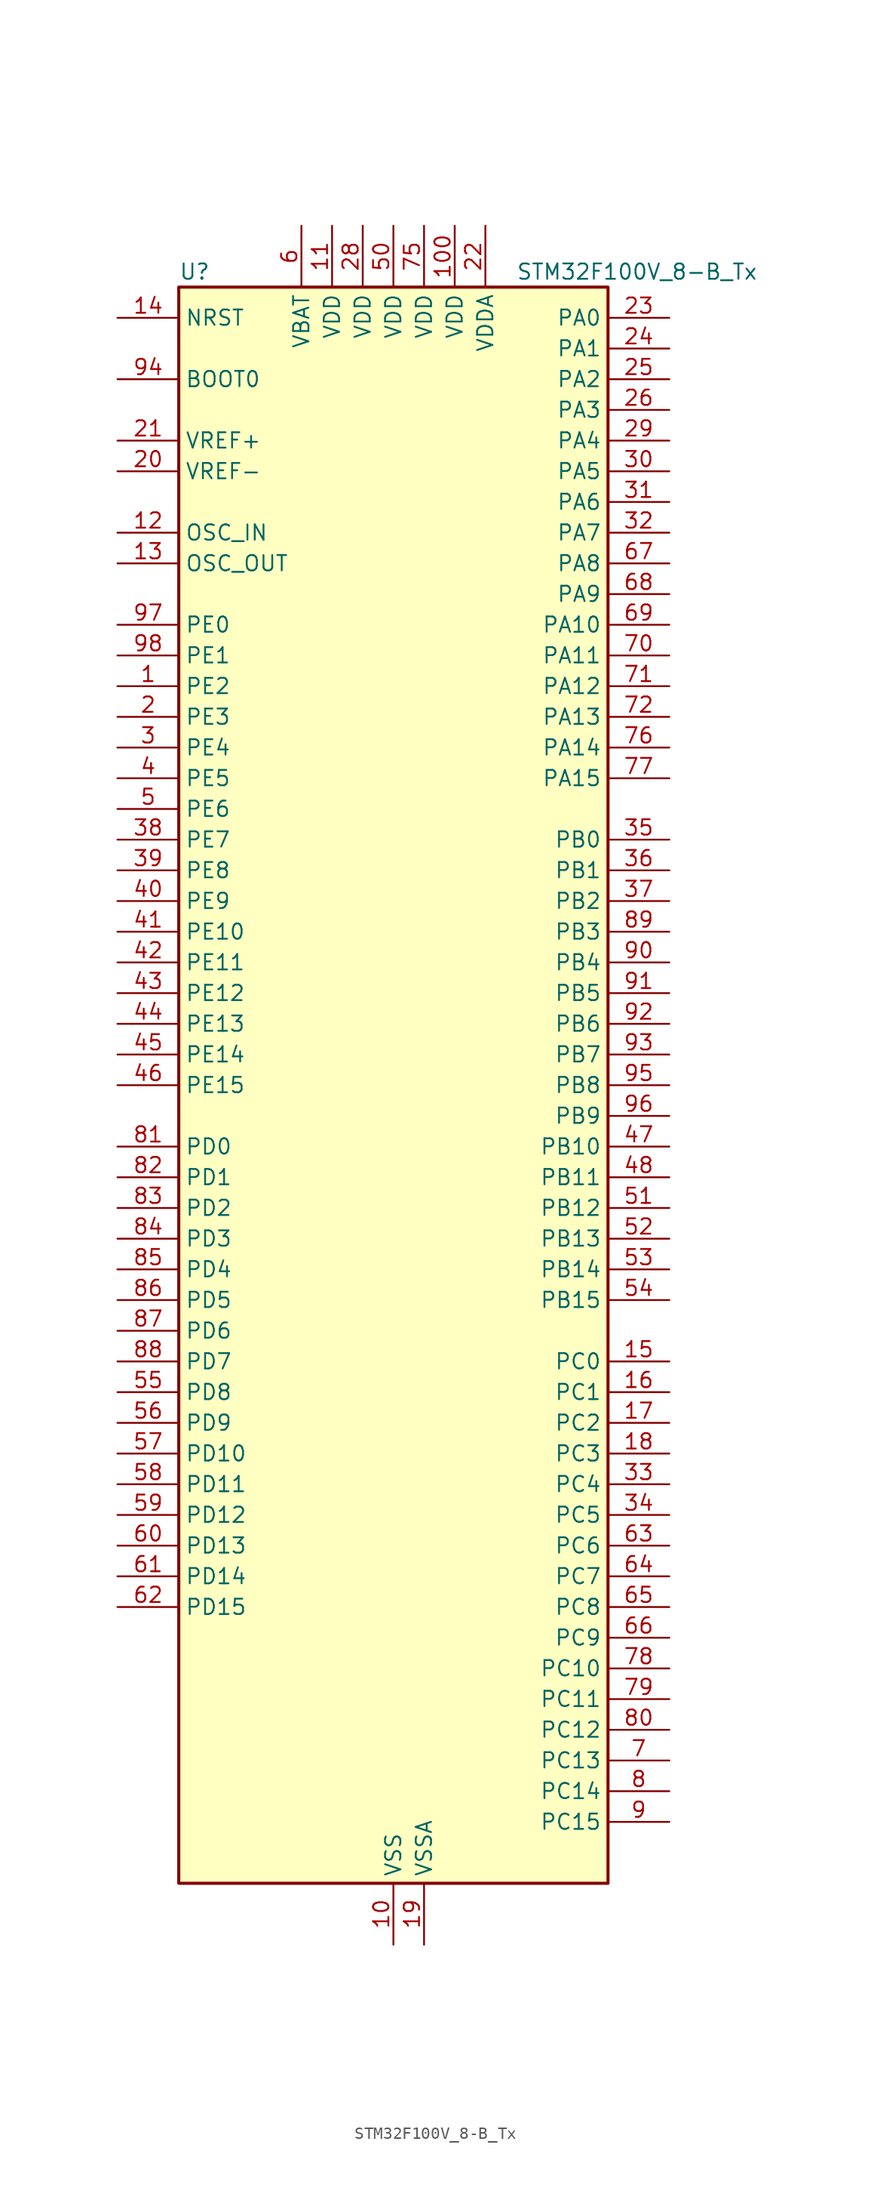
<source format=kicad_sym>
(kicad_symbol_lib
  (version 20220914)
  (generator kicad_symbol_editor)
  (symbol "STM32F100V_8-B_Tx"
    (property "Reference" "U"
      (at -17.78 67.31 0)
      (effects (font (size 1.27 1.27)) (justify left)))
    (property "Value" "STM32F100V_8-B_Tx"
      (at 10.16 67.31 0)
      (effects (font (size 1.27 1.27)) (justify left)))
    (property "ki_locked" ""
      (at 0 0 0)
      (effects (font (size 1.27 1.27))))
    (symbol "STM32F100V_8-B_Tx_0_1"
      (rectangle (start -17.78 -66.04) (end 17.78 66.04) (stroke (width 0.254) (type default)) (fill (type background))))
    (symbol "STM32F100V_8-B_Tx_1_1"
      (pin bidirectional line (at -22.86 33.02 0) (length 5.08) (name "PE2" (effects (font (size 1.27 1.27)))) (number "1" (effects (font (size 1.27 1.27)))) (alternate "SYS_TRACECLK" bidirectional line))
      (pin power_in line (at 0 -71.12 90) (length 5.08) (name "VSS" (effects (font (size 1.27 1.27)))) (number "10" (effects (font (size 1.27 1.27)))))
      (pin power_in line (at 5.08 71.12 270) (length 5.08) (name "VDD" (effects (font (size 1.27 1.27)))) (number "100" (effects (font (size 1.27 1.27)))))
      (pin power_in line (at -5.08 71.12 270) (length 5.08) (name "VDD" (effects (font (size 1.27 1.27)))) (number "11" (effects (font (size 1.27 1.27)))))
      (pin input line (at -22.86 45.72 0) (length 5.08) (name "OSC_IN" (effects (font (size 1.27 1.27)))) (number "12" (effects (font (size 1.27 1.27)))) (alternate "RCC_OSC_IN" bidirectional line))
      (pin input line (at -22.86 43.18 0) (length 5.08) (name "OSC_OUT" (effects (font (size 1.27 1.27)))) (number "13" (effects (font (size 1.27 1.27)))) (alternate "RCC_OSC_OUT" bidirectional line))
      (pin input line (at -22.86 63.5 0) (length 5.08) (name "NRST" (effects (font (size 1.27 1.27)))) (number "14" (effects (font (size 1.27 1.27)))))
      (pin bidirectional line (at 22.86 -22.86 180) (length 5.08) (name "PC0" (effects (font (size 1.27 1.27)))) (number "15" (effects (font (size 1.27 1.27)))) (alternate "ADC1_IN10" bidirectional line))
      (pin bidirectional line (at 22.86 -25.4 180) (length 5.08) (name "PC1" (effects (font (size 1.27 1.27)))) (number "16" (effects (font (size 1.27 1.27)))) (alternate "ADC1_IN11" bidirectional line))
      (pin bidirectional line (at 22.86 -27.94 180) (length 5.08) (name "PC2" (effects (font (size 1.27 1.27)))) (number "17" (effects (font (size 1.27 1.27)))) (alternate "ADC1_IN12" bidirectional line))
      (pin bidirectional line (at 22.86 -30.48 180) (length 5.08) (name "PC3" (effects (font (size 1.27 1.27)))) (number "18" (effects (font (size 1.27 1.27)))) (alternate "ADC1_IN13" bidirectional line))
      (pin power_in line (at 2.54 -71.12 90) (length 5.08) (name "VSSA" (effects (font (size 1.27 1.27)))) (number "19" (effects (font (size 1.27 1.27)))))
      (pin bidirectional line (at -22.86 30.48 0) (length 5.08) (name "PE3" (effects (font (size 1.27 1.27)))) (number "2" (effects (font (size 1.27 1.27)))) (alternate "SYS_TRACED0" bidirectional line))
      (pin input line (at -22.86 50.8 0) (length 5.08) (name "VREF-" (effects (font (size 1.27 1.27)))) (number "20" (effects (font (size 1.27 1.27)))))
      (pin input line (at -22.86 53.34 0) (length 5.08) (name "VREF+" (effects (font (size 1.27 1.27)))) (number "21" (effects (font (size 1.27 1.27)))))
      (pin power_in line (at 7.62 71.12 270) (length 5.08) (name "VDDA" (effects (font (size 1.27 1.27)))) (number "22" (effects (font (size 1.27 1.27)))))
      (pin bidirectional line (at 22.86 63.5 180) (length 5.08) (name "PA0" (effects (font (size 1.27 1.27)))) (number "23" (effects (font (size 1.27 1.27)))) (alternate "ADC1_IN0" bidirectional line) (alternate "SYS_WKUP" bidirectional line) (alternate "TIM2_CH1" bidirectional line) (alternate "TIM2_ETR" bidirectional line) (alternate "USART2_CTS" bidirectional line))
      (pin bidirectional line (at 22.86 60.96 180) (length 5.08) (name "PA1" (effects (font (size 1.27 1.27)))) (number "24" (effects (font (size 1.27 1.27)))) (alternate "ADC1_IN1" bidirectional line) (alternate "TIM2_CH2" bidirectional line) (alternate "USART2_RTS" bidirectional line))
      (pin bidirectional line (at 22.86 58.42 180) (length 5.08) (name "PA2" (effects (font (size 1.27 1.27)))) (number "25" (effects (font (size 1.27 1.27)))) (alternate "ADC1_IN2" bidirectional line) (alternate "TIM15_CH1" bidirectional line) (alternate "TIM2_CH3" bidirectional line) (alternate "USART2_TX" bidirectional line))
      (pin bidirectional line (at 22.86 55.88 180) (length 5.08) (name "PA3" (effects (font (size 1.27 1.27)))) (number "26" (effects (font (size 1.27 1.27)))) (alternate "ADC1_IN3" bidirectional line) (alternate "TIM15_CH2" bidirectional line) (alternate "TIM2_CH4" bidirectional line) (alternate "USART2_RX" bidirectional line))
      (pin passive line (at 0 -71.12 90) (length 5.08) hide (name "VSS" (effects (font (size 1.27 1.27)))) (number "27" (effects (font (size 1.27 1.27)))))
      (pin power_in line (at -2.54 71.12 270) (length 5.08) (name "VDD" (effects (font (size 1.27 1.27)))) (number "28" (effects (font (size 1.27 1.27)))))
      (pin bidirectional line (at 22.86 53.34 180) (length 5.08) (name "PA4" (effects (font (size 1.27 1.27)))) (number "29" (effects (font (size 1.27 1.27)))) (alternate "ADC1_IN4" bidirectional line) (alternate "DAC_OUT1" bidirectional line) (alternate "SPI1_NSS" bidirectional line) (alternate "USART2_CK" bidirectional line))
      (pin bidirectional line (at -22.86 27.94 0) (length 5.08) (name "PE4" (effects (font (size 1.27 1.27)))) (number "3" (effects (font (size 1.27 1.27)))) (alternate "SYS_TRACED1" bidirectional line))
      (pin bidirectional line (at 22.86 50.8 180) (length 5.08) (name "PA5" (effects (font (size 1.27 1.27)))) (number "30" (effects (font (size 1.27 1.27)))) (alternate "ADC1_IN5" bidirectional line) (alternate "DAC_OUT2" bidirectional line) (alternate "SPI1_SCK" bidirectional line))
      (pin bidirectional line (at 22.86 48.26 180) (length 5.08) (name "PA6" (effects (font (size 1.27 1.27)))) (number "31" (effects (font (size 1.27 1.27)))) (alternate "ADC1_IN6" bidirectional line) (alternate "SPI1_MISO" bidirectional line) (alternate "TIM16_CH1" bidirectional line) (alternate "TIM1_BKIN" bidirectional line) (alternate "TIM3_CH1" bidirectional line))
      (pin bidirectional line (at 22.86 45.72 180) (length 5.08) (name "PA7" (effects (font (size 1.27 1.27)))) (number "32" (effects (font (size 1.27 1.27)))) (alternate "ADC1_IN7" bidirectional line) (alternate "SPI1_MOSI" bidirectional line) (alternate "TIM17_CH1" bidirectional line) (alternate "TIM1_CH1N" bidirectional line) (alternate "TIM3_CH2" bidirectional line))
      (pin bidirectional line (at 22.86 -33.02 180) (length 5.08) (name "PC4" (effects (font (size 1.27 1.27)))) (number "33" (effects (font (size 1.27 1.27)))) (alternate "ADC1_IN14" bidirectional line))
      (pin bidirectional line (at 22.86 -35.56 180) (length 5.08) (name "PC5" (effects (font (size 1.27 1.27)))) (number "34" (effects (font (size 1.27 1.27)))) (alternate "ADC1_IN15" bidirectional line))
      (pin bidirectional line (at 22.86 20.32 180) (length 5.08) (name "PB0" (effects (font (size 1.27 1.27)))) (number "35" (effects (font (size 1.27 1.27)))) (alternate "ADC1_IN8" bidirectional line) (alternate "TIM1_CH2N" bidirectional line) (alternate "TIM3_CH3" bidirectional line))
      (pin bidirectional line (at 22.86 17.78 180) (length 5.08) (name "PB1" (effects (font (size 1.27 1.27)))) (number "36" (effects (font (size 1.27 1.27)))) (alternate "ADC1_IN9" bidirectional line) (alternate "TIM1_CH3N" bidirectional line) (alternate "TIM3_CH4" bidirectional line))
      (pin bidirectional line (at 22.86 15.24 180) (length 5.08) (name "PB2" (effects (font (size 1.27 1.27)))) (number "37" (effects (font (size 1.27 1.27)))))
      (pin bidirectional line (at -22.86 20.32 0) (length 5.08) (name "PE7" (effects (font (size 1.27 1.27)))) (number "38" (effects (font (size 1.27 1.27)))) (alternate "TIM1_ETR" bidirectional line))
      (pin bidirectional line (at -22.86 17.78 0) (length 5.08) (name "PE8" (effects (font (size 1.27 1.27)))) (number "39" (effects (font (size 1.27 1.27)))) (alternate "TIM1_CH1N" bidirectional line))
      (pin bidirectional line (at -22.86 25.4 0) (length 5.08) (name "PE5" (effects (font (size 1.27 1.27)))) (number "4" (effects (font (size 1.27 1.27)))) (alternate "SYS_TRACED2" bidirectional line))
      (pin bidirectional line (at -22.86 15.24 0) (length 5.08) (name "PE9" (effects (font (size 1.27 1.27)))) (number "40" (effects (font (size 1.27 1.27)))) (alternate "DAC_EXTI9" bidirectional line) (alternate "TIM1_CH1" bidirectional line))
      (pin bidirectional line (at -22.86 12.7 0) (length 5.08) (name "PE10" (effects (font (size 1.27 1.27)))) (number "41" (effects (font (size 1.27 1.27)))) (alternate "TIM1_CH2N" bidirectional line))
      (pin bidirectional line (at -22.86 10.16 0) (length 5.08) (name "PE11" (effects (font (size 1.27 1.27)))) (number "42" (effects (font (size 1.27 1.27)))) (alternate "ADC1_EXTI11" bidirectional line) (alternate "TIM1_CH2" bidirectional line))
      (pin bidirectional line (at -22.86 7.62 0) (length 5.08) (name "PE12" (effects (font (size 1.27 1.27)))) (number "43" (effects (font (size 1.27 1.27)))) (alternate "TIM1_CH3N" bidirectional line))
      (pin bidirectional line (at -22.86 5.08 0) (length 5.08) (name "PE13" (effects (font (size 1.27 1.27)))) (number "44" (effects (font (size 1.27 1.27)))) (alternate "TIM1_CH3" bidirectional line))
      (pin bidirectional line (at -22.86 2.54 0) (length 5.08) (name "PE14" (effects (font (size 1.27 1.27)))) (number "45" (effects (font (size 1.27 1.27)))) (alternate "TIM1_CH4" bidirectional line))
      (pin bidirectional line (at -22.86 0 0) (length 5.08) (name "PE15" (effects (font (size 1.27 1.27)))) (number "46" (effects (font (size 1.27 1.27)))) (alternate "ADC1_EXTI15" bidirectional line) (alternate "TIM1_BKIN" bidirectional line))
      (pin bidirectional line (at 22.86 -5.08 180) (length 5.08) (name "PB10" (effects (font (size 1.27 1.27)))) (number "47" (effects (font (size 1.27 1.27)))) (alternate "CEC" bidirectional line) (alternate "I2C2_SCL" bidirectional line) (alternate "TIM2_CH3" bidirectional line) (alternate "USART3_TX" bidirectional line))
      (pin bidirectional line (at 22.86 -7.62 180) (length 5.08) (name "PB11" (effects (font (size 1.27 1.27)))) (number "48" (effects (font (size 1.27 1.27)))) (alternate "ADC1_EXTI11" bidirectional line) (alternate "I2C2_SDA" bidirectional line) (alternate "TIM2_CH4" bidirectional line) (alternate "USART3_RX" bidirectional line))
      (pin passive line (at 0 -71.12 90) (length 5.08) hide (name "VSS" (effects (font (size 1.27 1.27)))) (number "49" (effects (font (size 1.27 1.27)))))
      (pin bidirectional line (at -22.86 22.86 0) (length 5.08) (name "PE6" (effects (font (size 1.27 1.27)))) (number "5" (effects (font (size 1.27 1.27)))) (alternate "SYS_TRACED3" bidirectional line))
      (pin power_in line (at 0 71.12 270) (length 5.08) (name "VDD" (effects (font (size 1.27 1.27)))) (number "50" (effects (font (size 1.27 1.27)))))
      (pin bidirectional line (at 22.86 -10.16 180) (length 5.08) (name "PB12" (effects (font (size 1.27 1.27)))) (number "51" (effects (font (size 1.27 1.27)))) (alternate "I2C2_SMBA" bidirectional line) (alternate "SPI2_NSS" bidirectional line) (alternate "TIM1_BKIN" bidirectional line) (alternate "USART3_CK" bidirectional line))
      (pin bidirectional line (at 22.86 -12.7 180) (length 5.08) (name "PB13" (effects (font (size 1.27 1.27)))) (number "52" (effects (font (size 1.27 1.27)))) (alternate "SPI2_SCK" bidirectional line) (alternate "TIM1_CH1N" bidirectional line) (alternate "USART3_CTS" bidirectional line))
      (pin bidirectional line (at 22.86 -15.24 180) (length 5.08) (name "PB14" (effects (font (size 1.27 1.27)))) (number "53" (effects (font (size 1.27 1.27)))) (alternate "SPI2_MISO" bidirectional line) (alternate "TIM15_CH1" bidirectional line) (alternate "TIM1_CH2N" bidirectional line) (alternate "USART3_RTS" bidirectional line))
      (pin bidirectional line (at 22.86 -17.78 180) (length 5.08) (name "PB15" (effects (font (size 1.27 1.27)))) (number "54" (effects (font (size 1.27 1.27)))) (alternate "ADC1_EXTI15" bidirectional line) (alternate "SPI2_MOSI" bidirectional line) (alternate "TIM15_CH1N" bidirectional line) (alternate "TIM15_CH2" bidirectional line) (alternate "TIM1_CH3N" bidirectional line))
      (pin bidirectional line (at -22.86 -25.4 0) (length 5.08) (name "PD8" (effects (font (size 1.27 1.27)))) (number "55" (effects (font (size 1.27 1.27)))) (alternate "USART3_TX" bidirectional line))
      (pin bidirectional line (at -22.86 -27.94 0) (length 5.08) (name "PD9" (effects (font (size 1.27 1.27)))) (number "56" (effects (font (size 1.27 1.27)))) (alternate "DAC_EXTI9" bidirectional line) (alternate "USART3_RX" bidirectional line))
      (pin bidirectional line (at -22.86 -30.48 0) (length 5.08) (name "PD10" (effects (font (size 1.27 1.27)))) (number "57" (effects (font (size 1.27 1.27)))) (alternate "USART3_CK" bidirectional line))
      (pin bidirectional line (at -22.86 -33.02 0) (length 5.08) (name "PD11" (effects (font (size 1.27 1.27)))) (number "58" (effects (font (size 1.27 1.27)))) (alternate "ADC1_EXTI11" bidirectional line) (alternate "USART3_CTS" bidirectional line))
      (pin bidirectional line (at -22.86 -35.56 0) (length 5.08) (name "PD12" (effects (font (size 1.27 1.27)))) (number "59" (effects (font (size 1.27 1.27)))) (alternate "TIM4_CH1" bidirectional line) (alternate "USART3_RTS" bidirectional line))
      (pin power_in line (at -7.62 71.12 270) (length 5.08) (name "VBAT" (effects (font (size 1.27 1.27)))) (number "6" (effects (font (size 1.27 1.27)))))
      (pin bidirectional line (at -22.86 -38.1 0) (length 5.08) (name "PD13" (effects (font (size 1.27 1.27)))) (number "60" (effects (font (size 1.27 1.27)))) (alternate "TIM4_CH2" bidirectional line))
      (pin bidirectional line (at -22.86 -40.64 0) (length 5.08) (name "PD14" (effects (font (size 1.27 1.27)))) (number "61" (effects (font (size 1.27 1.27)))) (alternate "TIM4_CH3" bidirectional line))
      (pin bidirectional line (at -22.86 -43.18 0) (length 5.08) (name "PD15" (effects (font (size 1.27 1.27)))) (number "62" (effects (font (size 1.27 1.27)))) (alternate "ADC1_EXTI15" bidirectional line) (alternate "TIM4_CH4" bidirectional line))
      (pin bidirectional line (at 22.86 -38.1 180) (length 5.08) (name "PC6" (effects (font (size 1.27 1.27)))) (number "63" (effects (font (size 1.27 1.27)))) (alternate "TIM3_CH1" bidirectional line))
      (pin bidirectional line (at 22.86 -40.64 180) (length 5.08) (name "PC7" (effects (font (size 1.27 1.27)))) (number "64" (effects (font (size 1.27 1.27)))) (alternate "TIM3_CH2" bidirectional line))
      (pin bidirectional line (at 22.86 -43.18 180) (length 5.08) (name "PC8" (effects (font (size 1.27 1.27)))) (number "65" (effects (font (size 1.27 1.27)))) (alternate "TIM3_CH3" bidirectional line))
      (pin bidirectional line (at 22.86 -45.72 180) (length 5.08) (name "PC9" (effects (font (size 1.27 1.27)))) (number "66" (effects (font (size 1.27 1.27)))) (alternate "DAC_EXTI9" bidirectional line) (alternate "TIM3_CH4" bidirectional line))
      (pin bidirectional line (at 22.86 43.18 180) (length 5.08) (name "PA8" (effects (font (size 1.27 1.27)))) (number "67" (effects (font (size 1.27 1.27)))) (alternate "RCC_MCO" bidirectional line) (alternate "TIM1_CH1" bidirectional line) (alternate "USART1_CK" bidirectional line))
      (pin bidirectional line (at 22.86 40.64 180) (length 5.08) (name "PA9" (effects (font (size 1.27 1.27)))) (number "68" (effects (font (size 1.27 1.27)))) (alternate "DAC_EXTI9" bidirectional line) (alternate "TIM15_BKIN" bidirectional line) (alternate "TIM1_CH2" bidirectional line) (alternate "USART1_TX" bidirectional line))
      (pin bidirectional line (at 22.86 38.1 180) (length 5.08) (name "PA10" (effects (font (size 1.27 1.27)))) (number "69" (effects (font (size 1.27 1.27)))) (alternate "TIM17_BKIN" bidirectional line) (alternate "TIM1_CH3" bidirectional line) (alternate "USART1_RX" bidirectional line))
      (pin bidirectional line (at 22.86 -55.88 180) (length 5.08) (name "PC13" (effects (font (size 1.27 1.27)))) (number "7" (effects (font (size 1.27 1.27)))) (alternate "RTC_OUT" bidirectional line) (alternate "RTC_TAMPER" bidirectional line))
      (pin bidirectional line (at 22.86 35.56 180) (length 5.08) (name "PA11" (effects (font (size 1.27 1.27)))) (number "70" (effects (font (size 1.27 1.27)))) (alternate "ADC1_EXTI11" bidirectional line) (alternate "TIM1_CH4" bidirectional line) (alternate "USART1_CTS" bidirectional line))
      (pin bidirectional line (at 22.86 33.02 180) (length 5.08) (name "PA12" (effects (font (size 1.27 1.27)))) (number "71" (effects (font (size 1.27 1.27)))) (alternate "TIM1_ETR" bidirectional line) (alternate "USART1_RTS" bidirectional line))
      (pin bidirectional line (at 22.86 30.48 180) (length 5.08) (name "PA13" (effects (font (size 1.27 1.27)))) (number "72" (effects (font (size 1.27 1.27)))) (alternate "SYS_JTMS-SWDIO" bidirectional line))
      (pin no_connect line (at -17.78 -66.04 0) (length 5.08) hide (name "NC" (effects (font (size 1.27 1.27)))) (number "73" (effects (font (size 1.27 1.27)))))
      (pin passive line (at 0 -71.12 90) (length 5.08) hide (name "VSS" (effects (font (size 1.27 1.27)))) (number "74" (effects (font (size 1.27 1.27)))))
      (pin power_in line (at 2.54 71.12 270) (length 5.08) (name "VDD" (effects (font (size 1.27 1.27)))) (number "75" (effects (font (size 1.27 1.27)))))
      (pin bidirectional line (at 22.86 27.94 180) (length 5.08) (name "PA14" (effects (font (size 1.27 1.27)))) (number "76" (effects (font (size 1.27 1.27)))) (alternate "SYS_JTCK-SWCLK" bidirectional line))
      (pin bidirectional line (at 22.86 25.4 180) (length 5.08) (name "PA15" (effects (font (size 1.27 1.27)))) (number "77" (effects (font (size 1.27 1.27)))) (alternate "ADC1_EXTI15" bidirectional line) (alternate "SPI1_NSS" bidirectional line) (alternate "SYS_JTDI" bidirectional line) (alternate "TIM2_CH1" bidirectional line) (alternate "TIM2_ETR" bidirectional line))
      (pin bidirectional line (at 22.86 -48.26 180) (length 5.08) (name "PC10" (effects (font (size 1.27 1.27)))) (number "78" (effects (font (size 1.27 1.27)))) (alternate "USART3_TX" bidirectional line))
      (pin bidirectional line (at 22.86 -50.8 180) (length 5.08) (name "PC11" (effects (font (size 1.27 1.27)))) (number "79" (effects (font (size 1.27 1.27)))) (alternate "ADC1_EXTI11" bidirectional line) (alternate "USART3_RX" bidirectional line))
      (pin bidirectional line (at 22.86 -58.42 180) (length 5.08) (name "PC14" (effects (font (size 1.27 1.27)))) (number "8" (effects (font (size 1.27 1.27)))) (alternate "RCC_OSC32_IN" bidirectional line))
      (pin bidirectional line (at 22.86 -53.34 180) (length 5.08) (name "PC12" (effects (font (size 1.27 1.27)))) (number "80" (effects (font (size 1.27 1.27)))) (alternate "USART3_CK" bidirectional line))
      (pin bidirectional line (at -22.86 -5.08 0) (length 5.08) (name "PD0" (effects (font (size 1.27 1.27)))) (number "81" (effects (font (size 1.27 1.27)))))
      (pin bidirectional line (at -22.86 -7.62 0) (length 5.08) (name "PD1" (effects (font (size 1.27 1.27)))) (number "82" (effects (font (size 1.27 1.27)))))
      (pin bidirectional line (at -22.86 -10.16 0) (length 5.08) (name "PD2" (effects (font (size 1.27 1.27)))) (number "83" (effects (font (size 1.27 1.27)))) (alternate "TIM3_ETR" bidirectional line))
      (pin bidirectional line (at -22.86 -12.7 0) (length 5.08) (name "PD3" (effects (font (size 1.27 1.27)))) (number "84" (effects (font (size 1.27 1.27)))) (alternate "USART2_CTS" bidirectional line))
      (pin bidirectional line (at -22.86 -15.24 0) (length 5.08) (name "PD4" (effects (font (size 1.27 1.27)))) (number "85" (effects (font (size 1.27 1.27)))) (alternate "USART2_RTS" bidirectional line))
      (pin bidirectional line (at -22.86 -17.78 0) (length 5.08) (name "PD5" (effects (font (size 1.27 1.27)))) (number "86" (effects (font (size 1.27 1.27)))) (alternate "USART2_TX" bidirectional line))
      (pin bidirectional line (at -22.86 -20.32 0) (length 5.08) (name "PD6" (effects (font (size 1.27 1.27)))) (number "87" (effects (font (size 1.27 1.27)))) (alternate "USART2_RX" bidirectional line))
      (pin bidirectional line (at -22.86 -22.86 0) (length 5.08) (name "PD7" (effects (font (size 1.27 1.27)))) (number "88" (effects (font (size 1.27 1.27)))) (alternate "USART2_CK" bidirectional line))
      (pin bidirectional line (at 22.86 12.7 180) (length 5.08) (name "PB3" (effects (font (size 1.27 1.27)))) (number "89" (effects (font (size 1.27 1.27)))) (alternate "SPI1_SCK" bidirectional line) (alternate "SYS_JTDO-TRACESWO" bidirectional line) (alternate "TIM2_CH2" bidirectional line))
      (pin bidirectional line (at 22.86 -60.96 180) (length 5.08) (name "PC15" (effects (font (size 1.27 1.27)))) (number "9" (effects (font (size 1.27 1.27)))) (alternate "ADC1_EXTI15" bidirectional line) (alternate "RCC_OSC32_OUT" bidirectional line))
      (pin bidirectional line (at 22.86 10.16 180) (length 5.08) (name "PB4" (effects (font (size 1.27 1.27)))) (number "90" (effects (font (size 1.27 1.27)))) (alternate "SPI1_MISO" bidirectional line) (alternate "SYS_NJTRST" bidirectional line) (alternate "TIM3_CH1" bidirectional line))
      (pin bidirectional line (at 22.86 7.62 180) (length 5.08) (name "PB5" (effects (font (size 1.27 1.27)))) (number "91" (effects (font (size 1.27 1.27)))) (alternate "I2C1_SMBA" bidirectional line) (alternate "SPI1_MOSI" bidirectional line) (alternate "TIM16_BKIN" bidirectional line) (alternate "TIM3_CH2" bidirectional line))
      (pin bidirectional line (at 22.86 5.08 180) (length 5.08) (name "PB6" (effects (font (size 1.27 1.27)))) (number "92" (effects (font (size 1.27 1.27)))) (alternate "I2C1_SCL" bidirectional line) (alternate "TIM16_CH1N" bidirectional line) (alternate "TIM4_CH1" bidirectional line) (alternate "USART1_TX" bidirectional line))
      (pin bidirectional line (at 22.86 2.54 180) (length 5.08) (name "PB7" (effects (font (size 1.27 1.27)))) (number "93" (effects (font (size 1.27 1.27)))) (alternate "I2C1_SDA" bidirectional line) (alternate "TIM17_CH1N" bidirectional line) (alternate "TIM4_CH2" bidirectional line) (alternate "USART1_RX" bidirectional line))
      (pin input line (at -22.86 58.42 0) (length 5.08) (name "BOOT0" (effects (font (size 1.27 1.27)))) (number "94" (effects (font (size 1.27 1.27)))))
      (pin bidirectional line (at 22.86 0 180) (length 5.08) (name "PB8" (effects (font (size 1.27 1.27)))) (number "95" (effects (font (size 1.27 1.27)))) (alternate "CEC" bidirectional line) (alternate "I2C1_SCL" bidirectional line) (alternate "TIM16_CH1" bidirectional line) (alternate "TIM4_CH3" bidirectional line))
      (pin bidirectional line (at 22.86 -2.54 180) (length 5.08) (name "PB9" (effects (font (size 1.27 1.27)))) (number "96" (effects (font (size 1.27 1.27)))) (alternate "DAC_EXTI9" bidirectional line) (alternate "I2C1_SDA" bidirectional line) (alternate "TIM17_CH1" bidirectional line) (alternate "TIM4_CH4" bidirectional line))
      (pin bidirectional line (at -22.86 38.1 0) (length 5.08) (name "PE0" (effects (font (size 1.27 1.27)))) (number "97" (effects (font (size 1.27 1.27)))) (alternate "TIM4_ETR" bidirectional line))
      (pin bidirectional line (at -22.86 35.56 0) (length 5.08) (name "PE1" (effects (font (size 1.27 1.27)))) (number "98" (effects (font (size 1.27 1.27)))))
      (pin passive line (at 0 -71.12 90) (length 5.08) hide (name "VSS" (effects (font (size 1.27 1.27)))) (number "99" (effects (font (size 1.27 1.27))))))))
</source>
